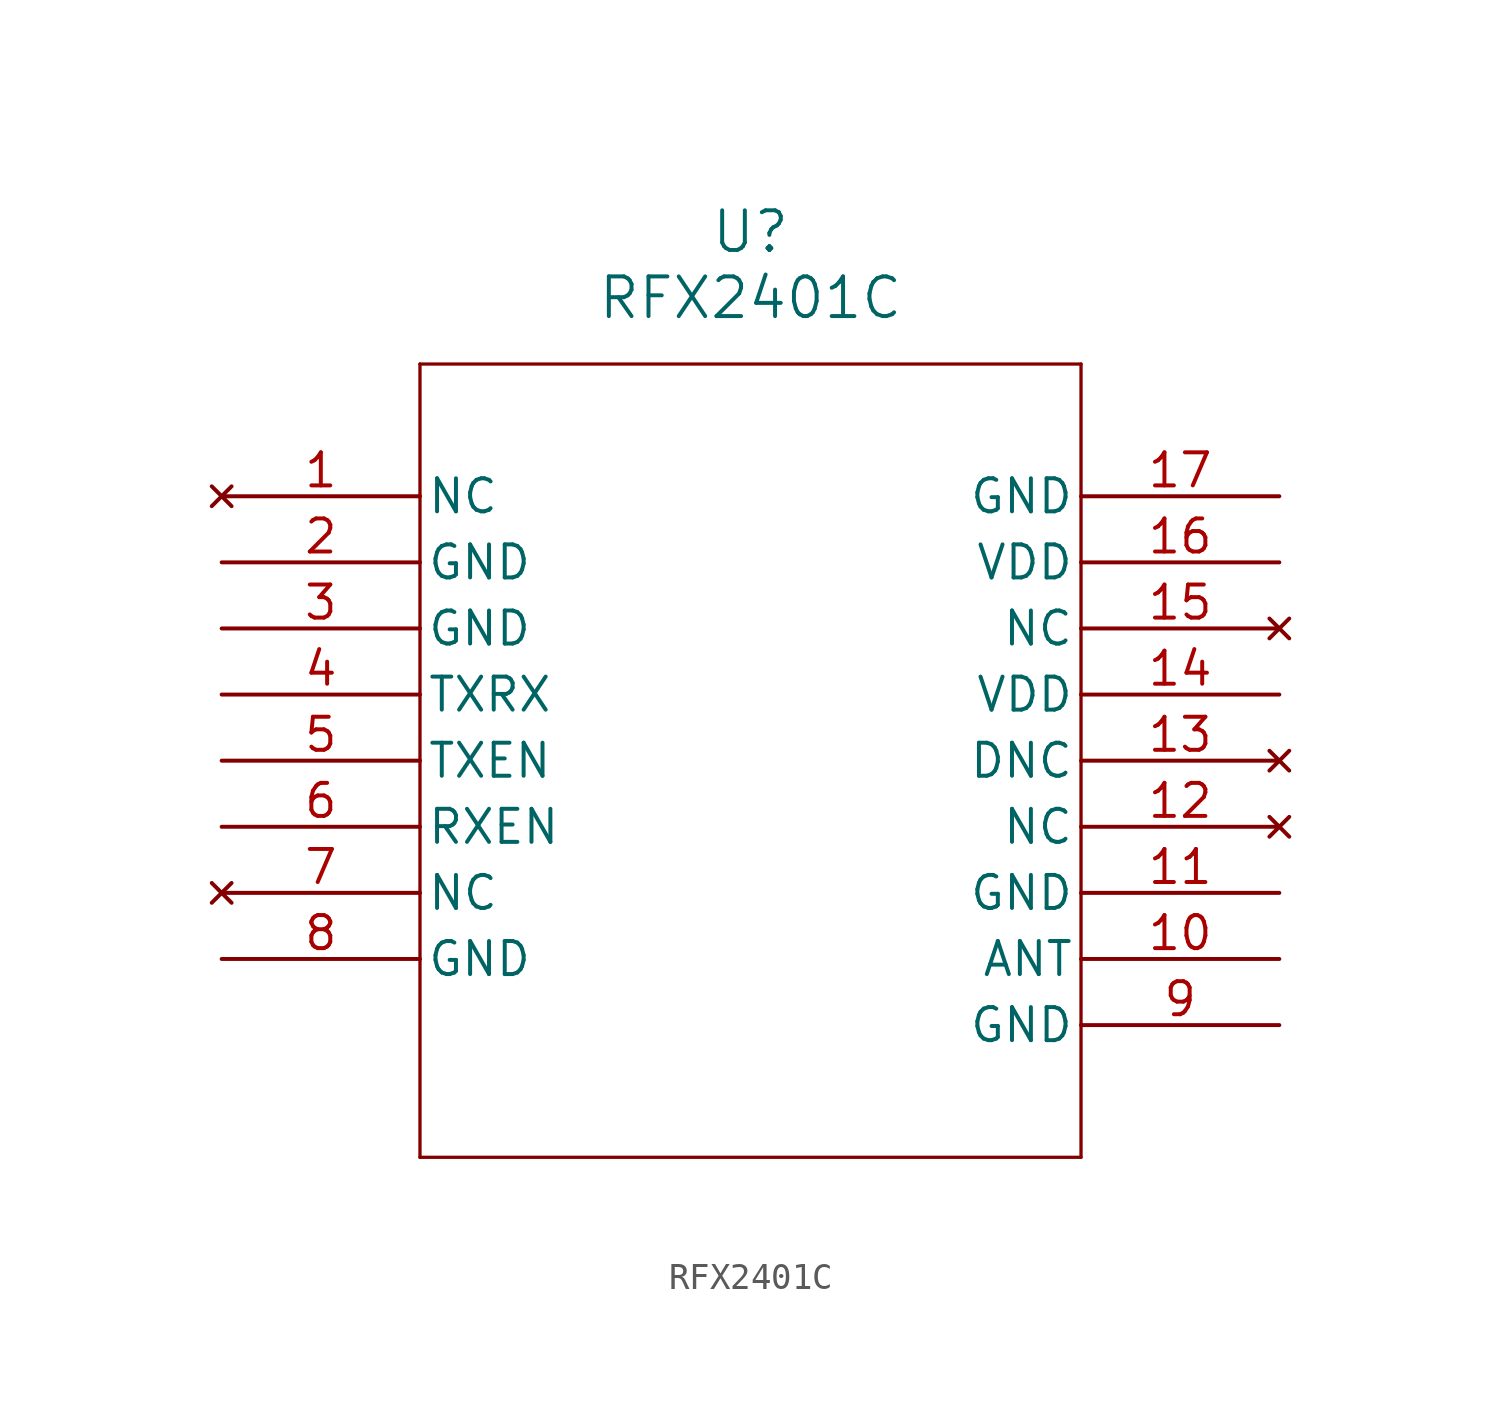
<source format=kicad_sym>
(kicad_symbol_lib
  (version 20211014)
  (generator kicad_symbol_editor)
  (symbol "RFX2401C"
    (pin_names
      (offset 0.254))
    (property "Reference" "U"
      (at 20.32 10.16 0)
      (effects (font (size 1.524 1.524))))
    (property "Value" "RFX2401C"
      (at 20.32 7.62 0)
      (effects (font (size 1.524 1.524))))
    (symbol "RFX2401C_0_1"
      (polyline (pts (xy 7.62 5.08) (xy 7.62 -25.4)) (stroke (width 0.127) (type default) (color 0 0 0 0)) (fill (type none)))
      (polyline (pts (xy 7.62 -25.4) (xy 33.02 -25.4)) (stroke (width 0.127) (type default) (color 0 0 0 0)) (fill (type none)))
      (polyline (pts (xy 33.02 -25.4) (xy 33.02 5.08)) (stroke (width 0.127) (type default) (color 0 0 0 0)) (fill (type none)))
      (polyline (pts (xy 33.02 5.08) (xy 7.62 5.08)) (stroke (width 0.127) (type default) (color 0 0 0 0)) (fill (type none)))
      (pin no_connect line (at 0 0 0) (length 7.62) (name "NC" (effects (font (size 1.27 1.27)))) (number "1" (effects (font (size 1.27 1.27)))))
      (pin power_out line (at 0 -2.54 0) (length 7.62) (name "GND" (effects (font (size 1.27 1.27)))) (number "2" (effects (font (size 1.27 1.27)))))
      (pin power_out line (at 0 -5.08 0) (length 7.62) (name "GND" (effects (font (size 1.27 1.27)))) (number "3" (effects (font (size 1.27 1.27)))))
      (pin unspecified line (at 0 -7.62 0) (length 7.62) (name "TXRX" (effects (font (size 1.27 1.27)))) (number "4" (effects (font (size 1.27 1.27)))))
      (pin input line (at 0 -10.16 0) (length 7.62) (name "TXEN" (effects (font (size 1.27 1.27)))) (number "5" (effects (font (size 1.27 1.27)))))
      (pin input line (at 0 -12.7 0) (length 7.62) (name "RXEN" (effects (font (size 1.27 1.27)))) (number "6" (effects (font (size 1.27 1.27)))))
      (pin no_connect line (at 0 -15.24 0) (length 7.62) (name "NC" (effects (font (size 1.27 1.27)))) (number "7" (effects (font (size 1.27 1.27)))))
      (pin power_out line (at 0 -17.78 0) (length 7.62) (name "GND" (effects (font (size 1.27 1.27)))) (number "8" (effects (font (size 1.27 1.27)))))
      (pin power_out line (at 40.64 -20.32 180) (length 7.62) (name "GND" (effects (font (size 1.27 1.27)))) (number "9" (effects (font (size 1.27 1.27)))))
      (pin unspecified line (at 40.64 -17.78 180) (length 7.62) (name "ANT" (effects (font (size 1.27 1.27)))) (number "10" (effects (font (size 1.27 1.27)))))
      (pin power_out line (at 40.64 -15.24 180) (length 7.62) (name "GND" (effects (font (size 1.27 1.27)))) (number "11" (effects (font (size 1.27 1.27)))))
      (pin no_connect line (at 40.64 -12.7 180) (length 7.62) (name "NC" (effects (font (size 1.27 1.27)))) (number "12" (effects (font (size 1.27 1.27)))))
      (pin no_connect line (at 40.64 -10.16 180) (length 7.62) (name "DNC" (effects (font (size 1.27 1.27)))) (number "13" (effects (font (size 1.27 1.27)))))
      (pin power_in line (at 40.64 -7.62 180) (length 7.62) (name "VDD" (effects (font (size 1.27 1.27)))) (number "14" (effects (font (size 1.27 1.27)))))
      (pin no_connect line (at 40.64 -5.08 180) (length 7.62) (name "NC" (effects (font (size 1.27 1.27)))) (number "15" (effects (font (size 1.27 1.27)))))
      (pin power_in line (at 40.64 -2.54 180) (length 7.62) (name "VDD" (effects (font (size 1.27 1.27)))) (number "16" (effects (font (size 1.27 1.27)))))
      (pin power_out line (at 40.64 0 180) (length 7.62) (name "GND" (effects (font (size 1.27 1.27)))) (number "17" (effects (font (size 1.27 1.27))))))))
</source>
